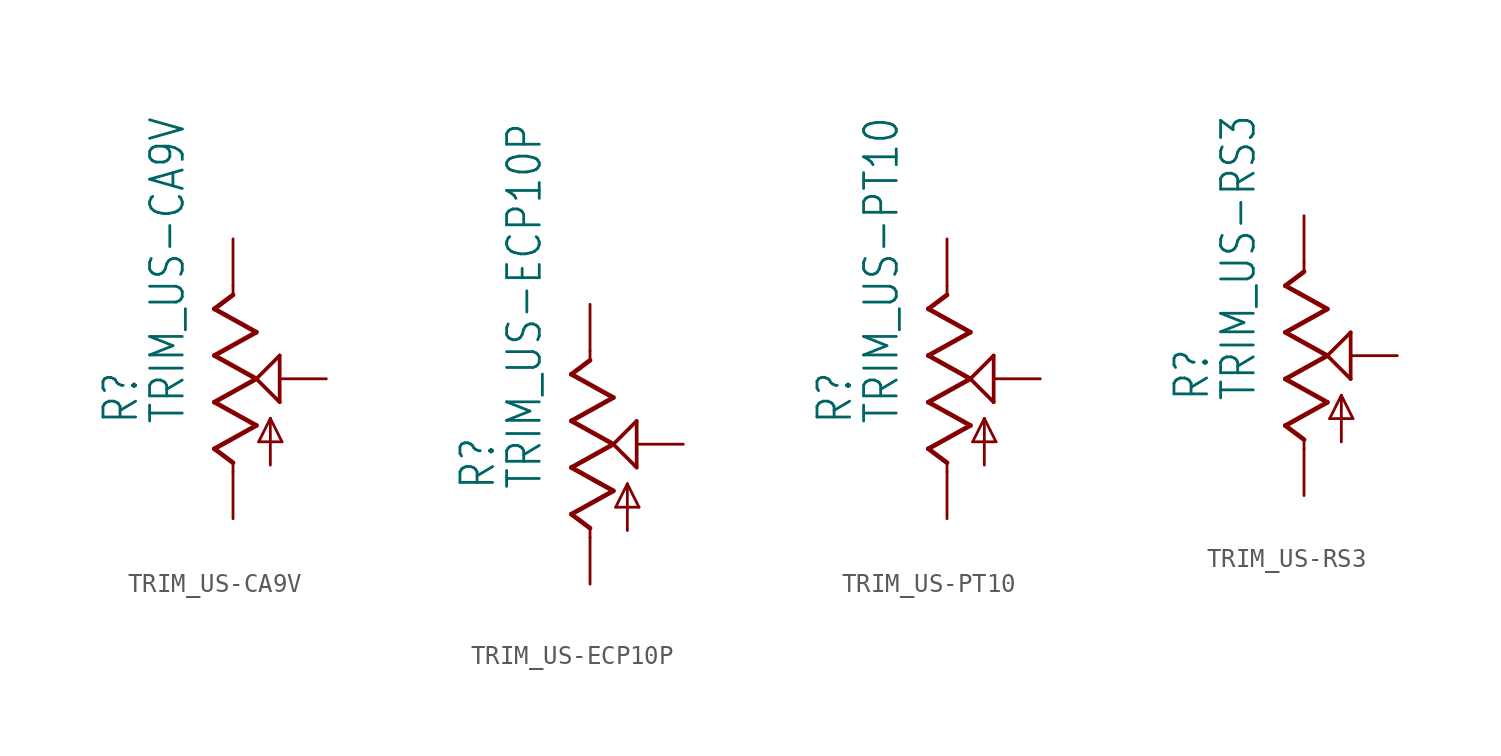
<source format=kicad_sym>
(kicad_symbol_lib
  (version 20211014)
  (generator kicad_symbol_editor)
  (symbol "TRIM_US-CA9V"
    (property "Reference" "R"
      (at -5.08 -2.54 90)
      (effects (font (size 1.778 1.511)) (justify left bottom)))
    (property "Value" "TRIM_US-CA9V"
      (at -2.54 -2.54 90)
      (effects (font (size 1.778 1.511)) (justify left bottom)))
    (property "ki_locked" ""
      (at 0 0 0)
      (effects (font (size 1.27 1.27))))
    (symbol "TRIM_US-CA9V_1_0"
      (polyline (pts (xy -1.016 -3.81) (xy 1.27 -2.54)) (stroke (width 0.254) (type default) (color 0 0 0 0)) (fill (type none)))
      (polyline (pts (xy -1.016 -1.27) (xy 1.27 0)) (stroke (width 0.254) (type default) (color 0 0 0 0)) (fill (type none)))
      (polyline (pts (xy -1.016 1.27) (xy 1.27 2.54)) (stroke (width 0.254) (type default) (color 0 0 0 0)) (fill (type none)))
      (polyline (pts (xy -1.016 3.81) (xy 0 4.572)) (stroke (width 0.254) (type default) (color 0 0 0 0)) (fill (type none)))
      (polyline (pts (xy 0 -5.08) (xy 0 -4.572)) (stroke (width 0.152) (type default) (color 0 0 0 0)) (fill (type none)))
      (polyline (pts (xy 0 -4.572) (xy -1.016 -3.81)) (stroke (width 0.254) (type default) (color 0 0 0 0)) (fill (type none)))
      (polyline (pts (xy 0 4.572) (xy 0 5.08)) (stroke (width 0.152) (type default) (color 0 0 0 0)) (fill (type none)))
      (polyline (pts (xy 1.27 -2.54) (xy -1.016 -1.27)) (stroke (width 0.254) (type default) (color 0 0 0 0)) (fill (type none)))
      (polyline (pts (xy 1.27 0) (xy -1.016 1.27)) (stroke (width 0.254) (type default) (color 0 0 0 0)) (fill (type none)))
      (polyline (pts (xy 1.27 0) (xy 2.54 1.27)) (stroke (width 0.203) (type default) (color 0 0 0 0)) (fill (type none)))
      (polyline (pts (xy 1.27 2.54) (xy -1.016 3.81)) (stroke (width 0.254) (type default) (color 0 0 0 0)) (fill (type none)))
      (polyline (pts (xy 1.397 -3.429) (xy 2.032 -2.159)) (stroke (width 0.152) (type default) (color 0 0 0 0)) (fill (type none)))
      (polyline (pts (xy 2.032 -4.699) (xy 2.032 -2.159)) (stroke (width 0.152) (type default) (color 0 0 0 0)) (fill (type none)))
      (polyline (pts (xy 2.032 -2.159) (xy 2.667 -3.429)) (stroke (width 0.152) (type default) (color 0 0 0 0)) (fill (type none)))
      (polyline (pts (xy 2.54 -1.27) (xy 1.27 0)) (stroke (width 0.203) (type default) (color 0 0 0 0)) (fill (type none)))
      (polyline (pts (xy 2.54 1.27) (xy 2.54 -1.27)) (stroke (width 0.203) (type default) (color 0 0 0 0)) (fill (type none)))
      (polyline (pts (xy 2.667 -3.429) (xy 1.397 -3.429)) (stroke (width 0.152) (type default) (color 0 0 0 0)) (fill (type none)))
      (pin passive line (at 0 -7.62 90) (length 2.54) (name "A" (effects (font (size 0 0)))) (number "A" (effects (font (size 0 0)))))
      (pin passive line (at 0 7.62 270) (length 2.54) (name "E" (effects (font (size 0 0)))) (number "E" (effects (font (size 0 0)))))
      (pin passive line (at 5.08 0 180) (length 2.54) (name "S" (effects (font (size 0 0)))) (number "S" (effects (font (size 0 0)))))))
  (symbol "TRIM_US-ECP10P"
    (property "Reference" "R"
      (at -5.08 -2.54 90)
      (effects (font (size 1.778 1.511)) (justify left bottom)))
    (property "Value" "TRIM_US-ECP10P"
      (at -2.54 -2.54 90)
      (effects (font (size 1.778 1.511)) (justify left bottom)))
    (property "ki_locked" ""
      (at 0 0 0)
      (effects (font (size 1.27 1.27))))
    (symbol "TRIM_US-ECP10P_1_0"
      (polyline (pts (xy -1.016 -3.81) (xy 1.27 -2.54)) (stroke (width 0.254) (type default) (color 0 0 0 0)) (fill (type none)))
      (polyline (pts (xy -1.016 -1.27) (xy 1.27 0)) (stroke (width 0.254) (type default) (color 0 0 0 0)) (fill (type none)))
      (polyline (pts (xy -1.016 1.27) (xy 1.27 2.54)) (stroke (width 0.254) (type default) (color 0 0 0 0)) (fill (type none)))
      (polyline (pts (xy -1.016 3.81) (xy 0 4.572)) (stroke (width 0.254) (type default) (color 0 0 0 0)) (fill (type none)))
      (polyline (pts (xy 0 -5.08) (xy 0 -4.572)) (stroke (width 0.152) (type default) (color 0 0 0 0)) (fill (type none)))
      (polyline (pts (xy 0 -4.572) (xy -1.016 -3.81)) (stroke (width 0.254) (type default) (color 0 0 0 0)) (fill (type none)))
      (polyline (pts (xy 0 4.572) (xy 0 5.08)) (stroke (width 0.152) (type default) (color 0 0 0 0)) (fill (type none)))
      (polyline (pts (xy 1.27 -2.54) (xy -1.016 -1.27)) (stroke (width 0.254) (type default) (color 0 0 0 0)) (fill (type none)))
      (polyline (pts (xy 1.27 0) (xy -1.016 1.27)) (stroke (width 0.254) (type default) (color 0 0 0 0)) (fill (type none)))
      (polyline (pts (xy 1.27 0) (xy 2.54 1.27)) (stroke (width 0.203) (type default) (color 0 0 0 0)) (fill (type none)))
      (polyline (pts (xy 1.27 2.54) (xy -1.016 3.81)) (stroke (width 0.254) (type default) (color 0 0 0 0)) (fill (type none)))
      (polyline (pts (xy 1.397 -3.429) (xy 2.032 -2.159)) (stroke (width 0.152) (type default) (color 0 0 0 0)) (fill (type none)))
      (polyline (pts (xy 2.032 -4.699) (xy 2.032 -2.159)) (stroke (width 0.152) (type default) (color 0 0 0 0)) (fill (type none)))
      (polyline (pts (xy 2.032 -2.159) (xy 2.667 -3.429)) (stroke (width 0.152) (type default) (color 0 0 0 0)) (fill (type none)))
      (polyline (pts (xy 2.54 -1.27) (xy 1.27 0)) (stroke (width 0.203) (type default) (color 0 0 0 0)) (fill (type none)))
      (polyline (pts (xy 2.54 1.27) (xy 2.54 -1.27)) (stroke (width 0.203) (type default) (color 0 0 0 0)) (fill (type none)))
      (polyline (pts (xy 2.667 -3.429) (xy 1.397 -3.429)) (stroke (width 0.152) (type default) (color 0 0 0 0)) (fill (type none)))
      (pin passive line (at 0 -7.62 90) (length 2.54) (name "A" (effects (font (size 0 0)))) (number "A" (effects (font (size 0 0)))))
      (pin passive line (at 0 7.62 270) (length 2.54) (name "E" (effects (font (size 0 0)))) (number "E" (effects (font (size 0 0)))))
      (pin passive line (at 5.08 0 180) (length 2.54) (name "S" (effects (font (size 0 0)))) (number "S" (effects (font (size 0 0)))))))
  (symbol "TRIM_US-PT10"
    (property "Reference" "R"
      (at -5.08 -2.54 90)
      (effects (font (size 1.778 1.511)) (justify left bottom)))
    (property "Value" "TRIM_US-PT10"
      (at -2.54 -2.54 90)
      (effects (font (size 1.778 1.511)) (justify left bottom)))
    (property "ki_locked" ""
      (at 0 0 0)
      (effects (font (size 1.27 1.27))))
    (symbol "TRIM_US-PT10_1_0"
      (polyline (pts (xy -1.016 -3.81) (xy 1.27 -2.54)) (stroke (width 0.254) (type default) (color 0 0 0 0)) (fill (type none)))
      (polyline (pts (xy -1.016 -1.27) (xy 1.27 0)) (stroke (width 0.254) (type default) (color 0 0 0 0)) (fill (type none)))
      (polyline (pts (xy -1.016 1.27) (xy 1.27 2.54)) (stroke (width 0.254) (type default) (color 0 0 0 0)) (fill (type none)))
      (polyline (pts (xy -1.016 3.81) (xy 0 4.572)) (stroke (width 0.254) (type default) (color 0 0 0 0)) (fill (type none)))
      (polyline (pts (xy 0 -5.08) (xy 0 -4.572)) (stroke (width 0.152) (type default) (color 0 0 0 0)) (fill (type none)))
      (polyline (pts (xy 0 -4.572) (xy -1.016 -3.81)) (stroke (width 0.254) (type default) (color 0 0 0 0)) (fill (type none)))
      (polyline (pts (xy 0 4.572) (xy 0 5.08)) (stroke (width 0.152) (type default) (color 0 0 0 0)) (fill (type none)))
      (polyline (pts (xy 1.27 -2.54) (xy -1.016 -1.27)) (stroke (width 0.254) (type default) (color 0 0 0 0)) (fill (type none)))
      (polyline (pts (xy 1.27 0) (xy -1.016 1.27)) (stroke (width 0.254) (type default) (color 0 0 0 0)) (fill (type none)))
      (polyline (pts (xy 1.27 0) (xy 2.54 1.27)) (stroke (width 0.203) (type default) (color 0 0 0 0)) (fill (type none)))
      (polyline (pts (xy 1.27 2.54) (xy -1.016 3.81)) (stroke (width 0.254) (type default) (color 0 0 0 0)) (fill (type none)))
      (polyline (pts (xy 1.397 -3.429) (xy 2.032 -2.159)) (stroke (width 0.152) (type default) (color 0 0 0 0)) (fill (type none)))
      (polyline (pts (xy 2.032 -4.699) (xy 2.032 -2.159)) (stroke (width 0.152) (type default) (color 0 0 0 0)) (fill (type none)))
      (polyline (pts (xy 2.032 -2.159) (xy 2.667 -3.429)) (stroke (width 0.152) (type default) (color 0 0 0 0)) (fill (type none)))
      (polyline (pts (xy 2.54 -1.27) (xy 1.27 0)) (stroke (width 0.203) (type default) (color 0 0 0 0)) (fill (type none)))
      (polyline (pts (xy 2.54 1.27) (xy 2.54 -1.27)) (stroke (width 0.203) (type default) (color 0 0 0 0)) (fill (type none)))
      (polyline (pts (xy 2.667 -3.429) (xy 1.397 -3.429)) (stroke (width 0.152) (type default) (color 0 0 0 0)) (fill (type none)))
      (pin passive line (at 0 -7.62 90) (length 2.54) (name "A" (effects (font (size 0 0)))) (number "A" (effects (font (size 0 0)))))
      (pin passive line (at 0 7.62 270) (length 2.54) (name "E" (effects (font (size 0 0)))) (number "E" (effects (font (size 0 0)))))
      (pin passive line (at 5.08 0 180) (length 2.54) (name "S" (effects (font (size 0 0)))) (number "S" (effects (font (size 0 0)))))))
  (symbol "TRIM_US-RS3"
    (property "Reference" "R"
      (at -5.08 -2.54 90)
      (effects (font (size 1.778 1.511)) (justify left bottom)))
    (property "Value" "TRIM_US-RS3"
      (at -2.54 -2.54 90)
      (effects (font (size 1.778 1.511)) (justify left bottom)))
    (property "ki_locked" ""
      (at 0 0 0)
      (effects (font (size 1.27 1.27))))
    (symbol "TRIM_US-RS3_1_0"
      (polyline (pts (xy -1.016 -3.81) (xy 1.27 -2.54)) (stroke (width 0.254) (type default) (color 0 0 0 0)) (fill (type none)))
      (polyline (pts (xy -1.016 -1.27) (xy 1.27 0)) (stroke (width 0.254) (type default) (color 0 0 0 0)) (fill (type none)))
      (polyline (pts (xy -1.016 1.27) (xy 1.27 2.54)) (stroke (width 0.254) (type default) (color 0 0 0 0)) (fill (type none)))
      (polyline (pts (xy -1.016 3.81) (xy 0 4.572)) (stroke (width 0.254) (type default) (color 0 0 0 0)) (fill (type none)))
      (polyline (pts (xy 0 -5.08) (xy 0 -4.572)) (stroke (width 0.152) (type default) (color 0 0 0 0)) (fill (type none)))
      (polyline (pts (xy 0 -4.572) (xy -1.016 -3.81)) (stroke (width 0.254) (type default) (color 0 0 0 0)) (fill (type none)))
      (polyline (pts (xy 0 4.572) (xy 0 5.08)) (stroke (width 0.152) (type default) (color 0 0 0 0)) (fill (type none)))
      (polyline (pts (xy 1.27 -2.54) (xy -1.016 -1.27)) (stroke (width 0.254) (type default) (color 0 0 0 0)) (fill (type none)))
      (polyline (pts (xy 1.27 0) (xy -1.016 1.27)) (stroke (width 0.254) (type default) (color 0 0 0 0)) (fill (type none)))
      (polyline (pts (xy 1.27 0) (xy 2.54 1.27)) (stroke (width 0.203) (type default) (color 0 0 0 0)) (fill (type none)))
      (polyline (pts (xy 1.27 2.54) (xy -1.016 3.81)) (stroke (width 0.254) (type default) (color 0 0 0 0)) (fill (type none)))
      (polyline (pts (xy 1.397 -3.429) (xy 2.032 -2.159)) (stroke (width 0.152) (type default) (color 0 0 0 0)) (fill (type none)))
      (polyline (pts (xy 2.032 -4.699) (xy 2.032 -2.159)) (stroke (width 0.152) (type default) (color 0 0 0 0)) (fill (type none)))
      (polyline (pts (xy 2.032 -2.159) (xy 2.667 -3.429)) (stroke (width 0.152) (type default) (color 0 0 0 0)) (fill (type none)))
      (polyline (pts (xy 2.54 -1.27) (xy 1.27 0)) (stroke (width 0.203) (type default) (color 0 0 0 0)) (fill (type none)))
      (polyline (pts (xy 2.54 1.27) (xy 2.54 -1.27)) (stroke (width 0.203) (type default) (color 0 0 0 0)) (fill (type none)))
      (polyline (pts (xy 2.667 -3.429) (xy 1.397 -3.429)) (stroke (width 0.152) (type default) (color 0 0 0 0)) (fill (type none)))
      (pin passive line (at 0 -7.62 90) (length 2.54) (name "A" (effects (font (size 0 0)))) (number "A" (effects (font (size 0 0)))))
      (pin passive line (at 0 7.62 270) (length 2.54) (name "E" (effects (font (size 0 0)))) (number "E" (effects (font (size 0 0)))))
      (pin passive line (at 5.08 0 180) (length 2.54) (name "S" (effects (font (size 0 0)))) (number "S" (effects (font (size 0 0))))))))
</source>
